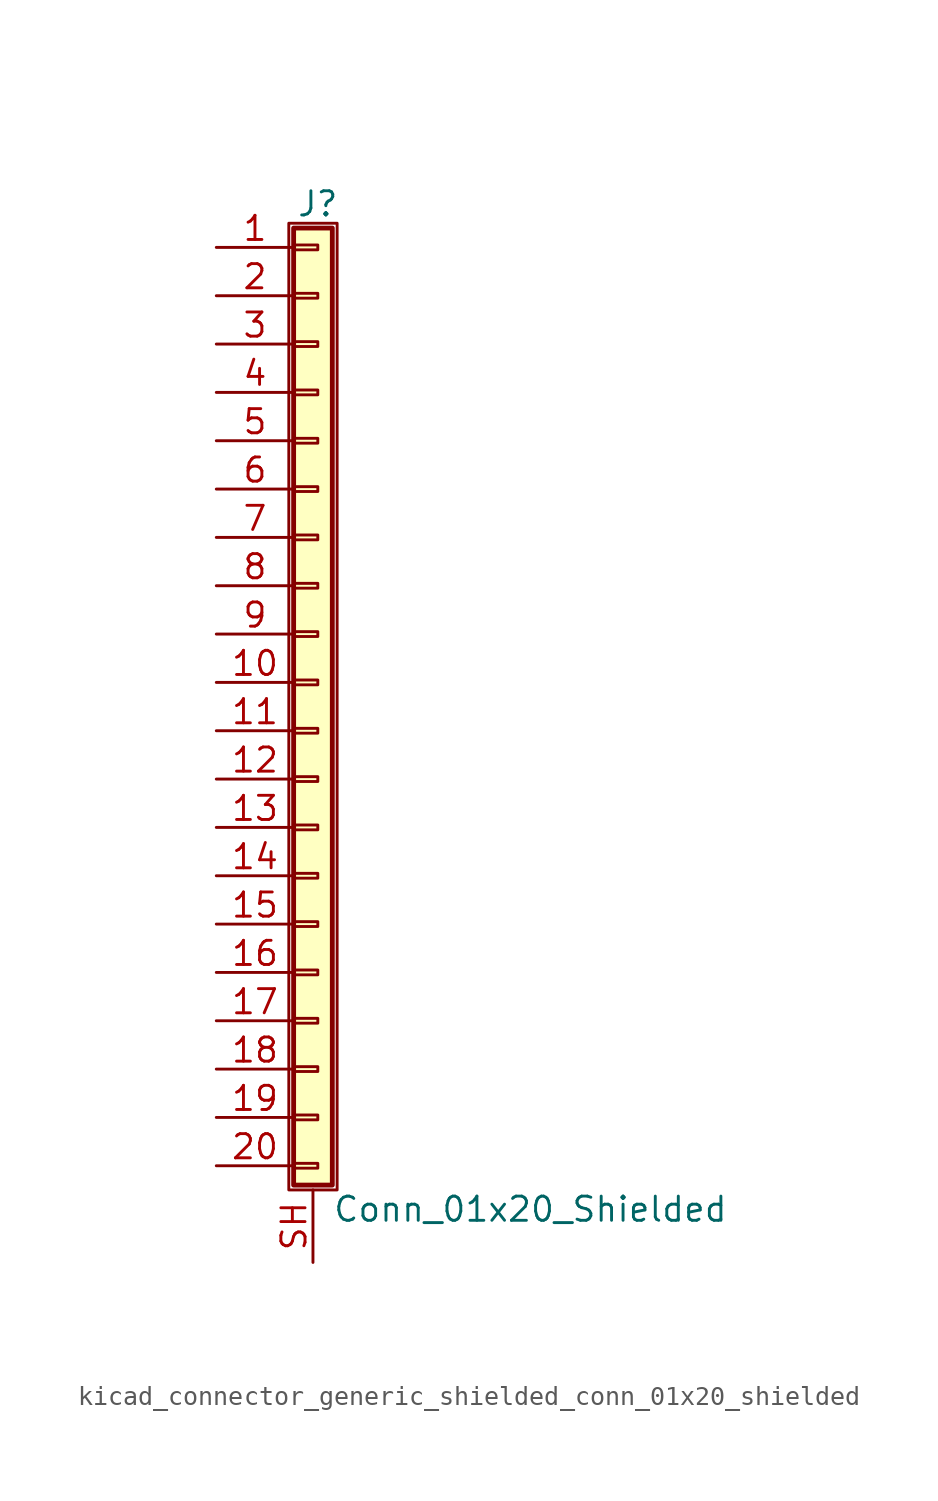
<source format=kicad_sym>
(kicad_symbol_lib
  (version 20220914)
  (generator kicad_symbol_editor)
  (symbol "kicad_connector_generic_shielded_conn_01x20_shielded"
    (pin_names
      (offset 1.016) hide)
    (property "Reference" "J"
      (at 0.254 25.146 0)
      (effects (font (size 1.27 1.27))))
    (property "Value" "Conn_01x20_Shielded"
      (at 1.016 -27.686 0)
      (effects (font (size 1.27 1.27)) (justify left)))
    (symbol "kicad_connector_generic_shielded_conn_01x20_shielded_1_1"
      (rectangle (start -1.27 24.13) (end 1.27 -26.67) (stroke (width 0.152) (type default)) (fill (type none)))
      (rectangle (start -1.016 -25.273) (end 0.254 -25.527) (stroke (width 0.152) (type default)) (fill (type none)))
      (rectangle (start -1.016 -22.733) (end 0.254 -22.987) (stroke (width 0.152) (type default)) (fill (type none)))
      (rectangle (start -1.016 -20.193) (end 0.254 -20.447) (stroke (width 0.152) (type default)) (fill (type none)))
      (rectangle (start -1.016 -17.653) (end 0.254 -17.907) (stroke (width 0.152) (type default)) (fill (type none)))
      (rectangle (start -1.016 -15.113) (end 0.254 -15.367) (stroke (width 0.152) (type default)) (fill (type none)))
      (rectangle (start -1.016 -12.573) (end 0.254 -12.827) (stroke (width 0.152) (type default)) (fill (type none)))
      (rectangle (start -1.016 -10.033) (end 0.254 -10.287) (stroke (width 0.152) (type default)) (fill (type none)))
      (rectangle (start -1.016 -7.493) (end 0.254 -7.747) (stroke (width 0.152) (type default)) (fill (type none)))
      (rectangle (start -1.016 -4.953) (end 0.254 -5.207) (stroke (width 0.152) (type default)) (fill (type none)))
      (rectangle (start -1.016 -2.413) (end 0.254 -2.667) (stroke (width 0.152) (type default)) (fill (type none)))
      (rectangle (start -1.016 0.127) (end 0.254 -0.127) (stroke (width 0.152) (type default)) (fill (type none)))
      (rectangle (start -1.016 2.667) (end 0.254 2.413) (stroke (width 0.152) (type default)) (fill (type none)))
      (rectangle (start -1.016 5.207) (end 0.254 4.953) (stroke (width 0.152) (type default)) (fill (type none)))
      (rectangle (start -1.016 7.747) (end 0.254 7.493) (stroke (width 0.152) (type default)) (fill (type none)))
      (rectangle (start -1.016 10.287) (end 0.254 10.033) (stroke (width 0.152) (type default)) (fill (type none)))
      (rectangle (start -1.016 12.827) (end 0.254 12.573) (stroke (width 0.152) (type default)) (fill (type none)))
      (rectangle (start -1.016 15.367) (end 0.254 15.113) (stroke (width 0.152) (type default)) (fill (type none)))
      (rectangle (start -1.016 17.907) (end 0.254 17.653) (stroke (width 0.152) (type default)) (fill (type none)))
      (rectangle (start -1.016 20.447) (end 0.254 20.193) (stroke (width 0.152) (type default)) (fill (type none)))
      (rectangle (start -1.016 22.987) (end 0.254 22.733) (stroke (width 0.152) (type default)) (fill (type none)))
      (rectangle (start -1.016 23.876) (end 1.016 -26.416) (stroke (width 0.254) (type default)) (fill (type background)))
      (pin passive line (at -5.08 22.86 0) (length 4.064) (name "Pin_1" (effects (font (size 1.27 1.27)))) (number "1" (effects (font (size 1.27 1.27)))))
      (pin passive line (at -5.08 0 0) (length 4.064) (name "Pin_10" (effects (font (size 1.27 1.27)))) (number "10" (effects (font (size 1.27 1.27)))))
      (pin passive line (at -5.08 -2.54 0) (length 4.064) (name "Pin_11" (effects (font (size 1.27 1.27)))) (number "11" (effects (font (size 1.27 1.27)))))
      (pin passive line (at -5.08 -5.08 0) (length 4.064) (name "Pin_12" (effects (font (size 1.27 1.27)))) (number "12" (effects (font (size 1.27 1.27)))))
      (pin passive line (at -5.08 -7.62 0) (length 4.064) (name "Pin_13" (effects (font (size 1.27 1.27)))) (number "13" (effects (font (size 1.27 1.27)))))
      (pin passive line (at -5.08 -10.16 0) (length 4.064) (name "Pin_14" (effects (font (size 1.27 1.27)))) (number "14" (effects (font (size 1.27 1.27)))))
      (pin passive line (at -5.08 -12.7 0) (length 4.064) (name "Pin_15" (effects (font (size 1.27 1.27)))) (number "15" (effects (font (size 1.27 1.27)))))
      (pin passive line (at -5.08 -15.24 0) (length 4.064) (name "Pin_16" (effects (font (size 1.27 1.27)))) (number "16" (effects (font (size 1.27 1.27)))))
      (pin passive line (at -5.08 -17.78 0) (length 4.064) (name "Pin_17" (effects (font (size 1.27 1.27)))) (number "17" (effects (font (size 1.27 1.27)))))
      (pin passive line (at -5.08 -20.32 0) (length 4.064) (name "Pin_18" (effects (font (size 1.27 1.27)))) (number "18" (effects (font (size 1.27 1.27)))))
      (pin passive line (at -5.08 -22.86 0) (length 4.064) (name "Pin_19" (effects (font (size 1.27 1.27)))) (number "19" (effects (font (size 1.27 1.27)))))
      (pin passive line (at -5.08 20.32 0) (length 4.064) (name "Pin_2" (effects (font (size 1.27 1.27)))) (number "2" (effects (font (size 1.27 1.27)))))
      (pin passive line (at -5.08 -25.4 0) (length 4.064) (name "Pin_20" (effects (font (size 1.27 1.27)))) (number "20" (effects (font (size 1.27 1.27)))))
      (pin passive line (at -5.08 17.78 0) (length 4.064) (name "Pin_3" (effects (font (size 1.27 1.27)))) (number "3" (effects (font (size 1.27 1.27)))))
      (pin passive line (at -5.08 15.24 0) (length 4.064) (name "Pin_4" (effects (font (size 1.27 1.27)))) (number "4" (effects (font (size 1.27 1.27)))))
      (pin passive line (at -5.08 12.7 0) (length 4.064) (name "Pin_5" (effects (font (size 1.27 1.27)))) (number "5" (effects (font (size 1.27 1.27)))))
      (pin passive line (at -5.08 10.16 0) (length 4.064) (name "Pin_6" (effects (font (size 1.27 1.27)))) (number "6" (effects (font (size 1.27 1.27)))))
      (pin passive line (at -5.08 7.62 0) (length 4.064) (name "Pin_7" (effects (font (size 1.27 1.27)))) (number "7" (effects (font (size 1.27 1.27)))))
      (pin passive line (at -5.08 5.08 0) (length 4.064) (name "Pin_8" (effects (font (size 1.27 1.27)))) (number "8" (effects (font (size 1.27 1.27)))))
      (pin passive line (at -5.08 2.54 0) (length 4.064) (name "Pin_9" (effects (font (size 1.27 1.27)))) (number "9" (effects (font (size 1.27 1.27)))))
      (pin passive line (at 0 -30.48 90) (length 3.81) (name "Shield" (effects (font (size 1.27 1.27)))) (number "SH" (effects (font (size 1.27 1.27))))))))
</source>
